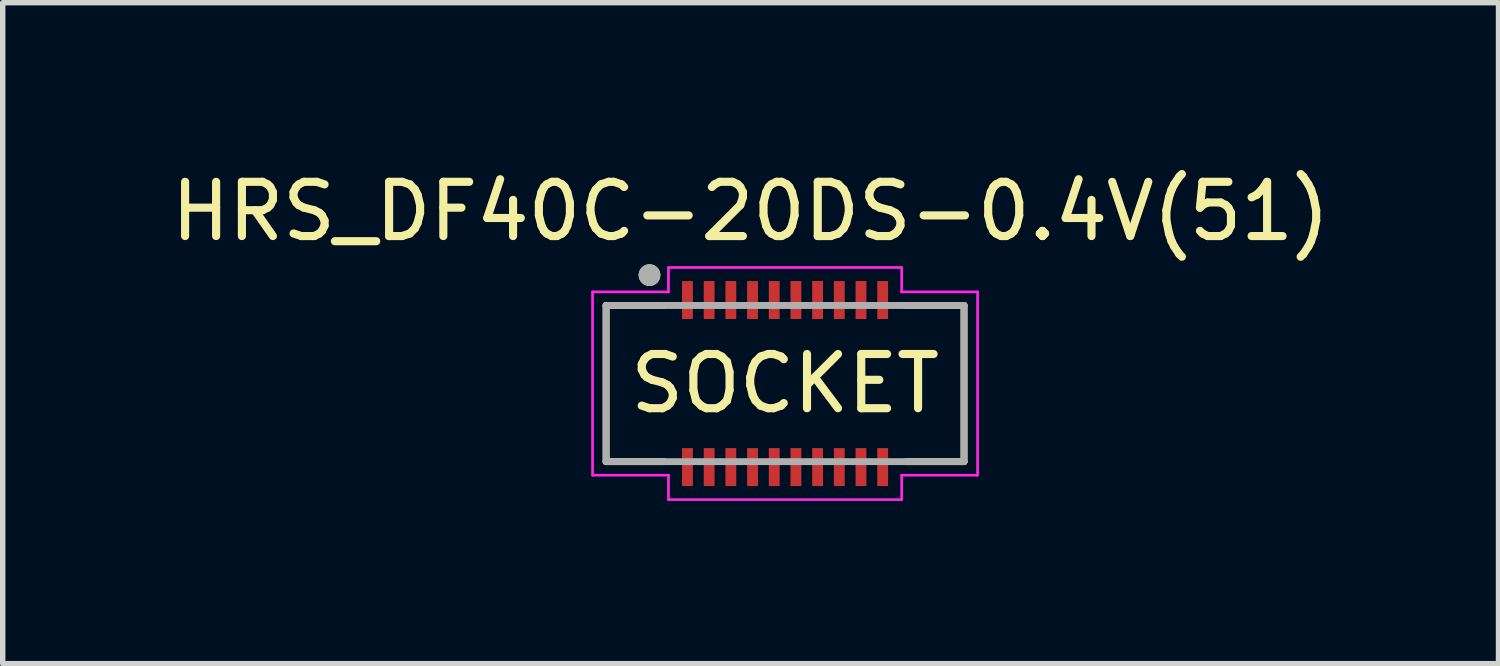
<source format=kicad_pcb>
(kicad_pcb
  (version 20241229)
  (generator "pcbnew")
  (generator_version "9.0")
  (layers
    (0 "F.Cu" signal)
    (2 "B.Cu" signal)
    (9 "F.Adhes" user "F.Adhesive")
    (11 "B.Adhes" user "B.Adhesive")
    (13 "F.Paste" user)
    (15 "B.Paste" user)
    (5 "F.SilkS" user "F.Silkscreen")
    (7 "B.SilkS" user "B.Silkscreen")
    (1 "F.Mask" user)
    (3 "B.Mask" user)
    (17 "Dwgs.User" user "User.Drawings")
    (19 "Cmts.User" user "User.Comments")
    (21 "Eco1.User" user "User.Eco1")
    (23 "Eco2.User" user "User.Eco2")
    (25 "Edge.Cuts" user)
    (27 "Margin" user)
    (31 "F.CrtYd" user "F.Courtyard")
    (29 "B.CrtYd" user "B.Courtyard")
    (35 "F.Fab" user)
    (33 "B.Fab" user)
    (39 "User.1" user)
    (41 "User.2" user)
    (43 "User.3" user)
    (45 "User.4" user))
  (footprint "HRS_DF40C-20DS-0.4V(51)"
    (layer "F.Cu")
    (at 11.427 4.023)
    (property "Reference" "HRS_DF40C-20DS-0.4V(51)" (at -0.635 -3.175 0) (layer "F.SilkS") (effects (font (size 1 1) (thickness 0.15))))
    (attr smd)
    (fp_line (start -3.3 -1.44) (end -3.3 1.44) (stroke (width 0.127) (type solid)) (layer "F.SilkS"))
    (fp_line (start -3.3 1.44) (end -2.23 1.44) (stroke (width 0.127) (type solid)) (layer "F.SilkS"))
    (fp_line (start -2.23 -1.44) (end -3.3 -1.44) (stroke (width 0.127) (type solid)) (layer "F.SilkS"))
    (fp_line (start 2.23 -1.44) (end 3.3 -1.44) (stroke (width 0.127) (type solid)) (layer "F.SilkS"))
    (fp_line (start 3.3 -1.44) (end 3.3 1.44) (stroke (width 0.127) (type solid)) (layer "F.SilkS"))
    (fp_line (start 3.3 1.44) (end 2.23 1.44) (stroke (width 0.127) (type solid)) (layer "F.SilkS"))
    (fp_circle (center -2.5 -2) (end -2.4 -2) (stroke (width 0.2) (type solid)) (fill no) (layer "F.SilkS"))
    (fp_poly (pts (xy -1.88 -1.82) (xy -1.72 -1.82) (xy -1.72 -1.26) (xy -1.88 -1.26)) (stroke (width 0.01) (type solid)) (fill yes) (layer "F.Paste"))
    (fp_poly (pts (xy -1.88 1.26) (xy -1.72 1.26) (xy -1.72 1.82) (xy -1.88 1.82)) (stroke (width 0.01) (type solid)) (fill yes) (layer "F.Paste"))
    (fp_poly (pts (xy -1.48 -1.82) (xy -1.32 -1.82) (xy -1.32 -1.26) (xy -1.48 -1.26)) (stroke (width 0.01) (type solid)) (fill yes) (layer "F.Paste"))
    (fp_poly (pts (xy -1.48 1.26) (xy -1.32 1.26) (xy -1.32 1.82) (xy -1.48 1.82)) (stroke (width 0.01) (type solid)) (fill yes) (layer "F.Paste"))
    (fp_poly (pts (xy -1.08 -1.82) (xy -0.92 -1.82) (xy -0.92 -1.26) (xy -1.08 -1.26)) (stroke (width 0.01) (type solid)) (fill yes) (layer "F.Paste"))
    (fp_poly (pts (xy -1.08 1.26) (xy -0.92 1.26) (xy -0.92 1.82) (xy -1.08 1.82)) (stroke (width 0.01) (type solid)) (fill yes) (layer "F.Paste"))
    (fp_poly (pts (xy -0.68 -1.82) (xy -0.52 -1.82) (xy -0.52 -1.26) (xy -0.68 -1.26)) (stroke (width 0.01) (type solid)) (fill yes) (layer "F.Paste"))
    (fp_poly (pts (xy -0.68 1.26) (xy -0.52 1.26) (xy -0.52 1.82) (xy -0.68 1.82)) (stroke (width 0.01) (type solid)) (fill yes) (layer "F.Paste"))
    (fp_poly (pts (xy -0.28 -1.82) (xy -0.12 -1.82) (xy -0.12 -1.26) (xy -0.28 -1.26)) (stroke (width 0.01) (type solid)) (fill yes) (layer "F.Paste"))
    (fp_poly (pts (xy -0.28 1.26) (xy -0.12 1.26) (xy -0.12 1.82) (xy -0.28 1.82)) (stroke (width 0.01) (type solid)) (fill yes) (layer "F.Paste"))
    (fp_poly (pts (xy 0.12 -1.82) (xy 0.28 -1.82) (xy 0.28 -1.26) (xy 0.12 -1.26)) (stroke (width 0.01) (type solid)) (fill yes) (layer "F.Paste"))
    (fp_poly (pts (xy 0.12 1.26) (xy 0.28 1.26) (xy 0.28 1.82) (xy 0.12 1.82)) (stroke (width 0.01) (type solid)) (fill yes) (layer "F.Paste"))
    (fp_poly (pts (xy 0.52 -1.82) (xy 0.68 -1.82) (xy 0.68 -1.26) (xy 0.52 -1.26)) (stroke (width 0.01) (type solid)) (fill yes) (layer "F.Paste"))
    (fp_poly (pts (xy 0.52 1.26) (xy 0.68 1.26) (xy 0.68 1.82) (xy 0.52 1.82)) (stroke (width 0.01) (type solid)) (fill yes) (layer "F.Paste"))
    (fp_poly (pts (xy 0.92 -1.82) (xy 1.08 -1.82) (xy 1.08 -1.26) (xy 0.92 -1.26)) (stroke (width 0.01) (type solid)) (fill yes) (layer "F.Paste"))
    (fp_poly (pts (xy 0.92 1.26) (xy 1.08 1.26) (xy 1.08 1.82) (xy 0.92 1.82)) (stroke (width 0.01) (type solid)) (fill yes) (layer "F.Paste"))
    (fp_poly (pts (xy 1.32 -1.82) (xy 1.48 -1.82) (xy 1.48 -1.26) (xy 1.32 -1.26)) (stroke (width 0.01) (type solid)) (fill yes) (layer "F.Paste"))
    (fp_poly (pts (xy 1.32 1.26) (xy 1.48 1.26) (xy 1.48 1.82) (xy 1.32 1.82)) (stroke (width 0.01) (type solid)) (fill yes) (layer "F.Paste"))
    (fp_poly (pts (xy 1.72 -1.82) (xy 1.88 -1.82) (xy 1.88 -1.26) (xy 1.72 -1.26)) (stroke (width 0.01) (type solid)) (fill yes) (layer "F.Paste"))
    (fp_poly (pts (xy 1.72 1.26) (xy 1.88 1.26) (xy 1.88 1.82) (xy 1.72 1.82)) (stroke (width 0.01) (type solid)) (fill yes) (layer "F.Paste"))
    (fp_line (start -3.55 -1.69) (end -2.15 -1.69) (stroke (width 0.05) (type solid)) (layer "F.CrtYd"))
    (fp_line (start -3.55 1.69) (end -3.55 -1.69) (stroke (width 0.05) (type solid)) (layer "F.CrtYd"))
    (fp_line (start -2.15 -2.14) (end 2.15 -2.14) (stroke (width 0.05) (type solid)) (layer "F.CrtYd"))
    (fp_line (start -2.15 -1.69) (end -2.15 -2.14) (stroke (width 0.05) (type solid)) (layer "F.CrtYd"))
    (fp_line (start -2.15 1.69) (end -3.55 1.69) (stroke (width 0.05) (type solid)) (layer "F.CrtYd"))
    (fp_line (start -2.15 2.14) (end -2.15 1.69) (stroke (width 0.05) (type solid)) (layer "F.CrtYd"))
    (fp_line (start 2.15 -2.14) (end 2.15 -1.69) (stroke (width 0.05) (type solid)) (layer "F.CrtYd"))
    (fp_line (start 2.15 -1.69) (end 3.55 -1.69) (stroke (width 0.05) (type solid)) (layer "F.CrtYd"))
    (fp_line (start 2.15 1.69) (end 2.15 2.14) (stroke (width 0.05) (type solid)) (layer "F.CrtYd"))
    (fp_line (start 2.15 2.14) (end -2.15 2.14) (stroke (width 0.05) (type solid)) (layer "F.CrtYd"))
    (fp_line (start 3.55 -1.69) (end 3.55 1.69) (stroke (width 0.05) (type solid)) (layer "F.CrtYd"))
    (fp_line (start 3.55 1.69) (end 2.15 1.69) (stroke (width 0.05) (type solid)) (layer "F.CrtYd"))
    (fp_line (start -3.3 -1.44) (end 3.3 -1.44) (stroke (width 0.127) (type solid)) (layer "F.Fab"))
    (fp_line (start -3.3 1.44) (end -3.3 -1.44) (stroke (width 0.127) (type solid)) (layer "F.Fab"))
    (fp_line (start 3.3 -1.44) (end 3.3 1.44) (stroke (width 0.127) (type solid)) (layer "F.Fab"))
    (fp_line (start 3.3 1.44) (end -3.3 1.44) (stroke (width 0.127) (type solid)) (layer "F.Fab"))
    (fp_circle (center -2.5 -2) (end -2.4 -2) (stroke (width 0.2) (type solid)) (fill no) (layer "F.Fab"))
    (fp_text user "SOCKET" (at 0 0 0) (unlocked yes) (layer "F.SilkS") (effects (font (size 1 1) (thickness 0.15))))
    (pad "1" smd rect (at -1.8 -1.54) (size 0.2 0.7) (layers "F.Cu" "F.Mask"))
    (pad "2" smd rect (at -1.8 1.54) (size 0.2 0.7) (layers "F.Cu" "F.Mask"))
    (pad "3" smd rect (at -1.4 -1.54) (size 0.2 0.7) (layers "F.Cu" "F.Mask"))
    (pad "4" smd rect (at -1.4 1.54) (size 0.2 0.7) (layers "F.Cu" "F.Mask"))
    (pad "5" smd rect (at -1 -1.54) (size 0.2 0.7) (layers "F.Cu" "F.Mask"))
    (pad "6" smd rect (at -1 1.54) (size 0.2 0.7) (layers "F.Cu" "F.Mask"))
    (pad "7" smd rect (at -0.6 -1.54) (size 0.2 0.7) (layers "F.Cu" "F.Mask"))
    (pad "8" smd rect (at -0.6 1.54) (size 0.2 0.7) (layers "F.Cu" "F.Mask"))
    (pad "9" smd rect (at -0.2 -1.54) (size 0.2 0.7) (layers "F.Cu" "F.Mask"))
    (pad "10" smd rect (at -0.2 1.54) (size 0.2 0.7) (layers "F.Cu" "F.Mask"))
    (pad "11" smd rect (at 0.2 -1.54) (size 0.2 0.7) (layers "F.Cu" "F.Mask"))
    (pad "12" smd rect (at 0.2 1.54) (size 0.2 0.7) (layers "F.Cu" "F.Mask"))
    (pad "13" smd rect (at 0.6 -1.54) (size 0.2 0.7) (layers "F.Cu" "F.Mask"))
    (pad "14" smd rect (at 0.6 1.54) (size 0.2 0.7) (layers "F.Cu" "F.Mask"))
    (pad "15" smd rect (at 1 -1.54) (size 0.2 0.7) (layers "F.Cu" "F.Mask"))
    (pad "16" smd rect (at 1 1.54) (size 0.2 0.7) (layers "F.Cu" "F.Mask"))
    (pad "17" smd rect (at 1.4 -1.54) (size 0.2 0.7) (layers "F.Cu" "F.Mask"))
    (pad "18" smd rect (at 1.4 1.54) (size 0.2 0.7) (layers "F.Cu" "F.Mask"))
    (pad "19" smd rect (at 1.8 -1.54) (size 0.2 0.7) (layers "F.Cu" "F.Mask"))
    (pad "20" smd rect (at 1.8 1.54) (size 0.2 0.7) (layers "F.Cu" "F.Mask"))
    (zone (net_name "") (layer "F.Cu") (hatch full 0.508) (connect_pads) (min_thickness 0.01) (filled_areas_thickness no) (keepout (tracks not_allowed) (vias not_allowed) (pads not_allowed) (copperpour not_allowed) (footprints allowed)) (placement (enabled no)) (fill) (polygon (pts (xy 9.527 2.833) (xy 9.727 2.833) (xy 9.727 3.273) (xy 9.527 3.273))))
    (zone (net_name "") (layer "F.Cu") (hatch full 0.508) (connect_pads) (min_thickness 0.01) (filled_areas_thickness no) (keepout (tracks not_allowed) (vias not_allowed) (pads not_allowed) (copperpour not_allowed) (footprints allowed)) (placement (enabled no)) (fill) (polygon (pts (xy 9.527 4.773) (xy 9.727 4.773) (xy 9.727 5.213) (xy 9.527 5.213))))
    (zone (net_name "") (layer "F.Cu") (hatch full 0.508) (connect_pads) (min_thickness 0.01) (filled_areas_thickness no) (keepout (tracks not_allowed) (vias not_allowed) (pads not_allowed) (copperpour not_allowed) (footprints allowed)) (placement (enabled no)) (fill) (polygon (pts (xy 9.927 2.833) (xy 10.127 2.833) (xy 10.127 3.273) (xy 9.927 3.273))))
    (zone (net_name "") (layer "F.Cu") (hatch full 0.508) (connect_pads) (min_thickness 0.01) (filled_areas_thickness no) (keepout (tracks not_allowed) (vias not_allowed) (pads not_allowed) (copperpour not_allowed) (footprints allowed)) (placement (enabled no)) (fill) (polygon (pts (xy 9.927 4.773) (xy 10.127 4.773) (xy 10.127 5.213) (xy 9.927 5.213))))
    (zone (net_name "") (layer "F.Cu") (hatch full 0.508) (connect_pads) (min_thickness 0.01) (filled_areas_thickness no) (keepout (tracks not_allowed) (vias not_allowed) (pads not_allowed) (copperpour not_allowed) (footprints allowed)) (placement (enabled no)) (fill) (polygon (pts (xy 10.327 2.833) (xy 10.527 2.833) (xy 10.527 3.273) (xy 10.327 3.273))))
    (zone (net_name "") (layer "F.Cu") (hatch full 0.508) (connect_pads) (min_thickness 0.01) (filled_areas_thickness no) (keepout (tracks not_allowed) (vias not_allowed) (pads not_allowed) (copperpour not_allowed) (footprints allowed)) (placement (enabled no)) (fill) (polygon (pts (xy 10.327 4.773) (xy 10.527 4.773) (xy 10.527 5.213) (xy 10.327 5.213))))
    (zone (net_name "") (layer "F.Cu") (hatch full 0.508) (connect_pads) (min_thickness 0.01) (filled_areas_thickness no) (keepout (tracks not_allowed) (vias not_allowed) (pads not_allowed) (copperpour not_allowed) (footprints allowed)) (placement (enabled no)) (fill) (polygon (pts (xy 10.727 2.833) (xy 10.927 2.833) (xy 10.927 3.273) (xy 10.727 3.273))))
    (zone (net_name "") (layer "F.Cu") (hatch full 0.508) (connect_pads) (min_thickness 0.01) (filled_areas_thickness no) (keepout (tracks not_allowed) (vias not_allowed) (pads not_allowed) (copperpour not_allowed) (footprints allowed)) (placement (enabled no)) (fill) (polygon (pts (xy 10.727 4.773) (xy 10.927 4.773) (xy 10.927 5.213) (xy 10.727 5.213))))
    (zone (net_name "") (layer "F.Cu") (hatch full 0.508) (connect_pads) (min_thickness 0.01) (filled_areas_thickness no) (keepout (tracks not_allowed) (vias not_allowed) (pads not_allowed) (copperpour not_allowed) (footprints allowed)) (placement (enabled no)) (fill) (polygon (pts (xy 11.127 2.833) (xy 11.327 2.833) (xy 11.327 3.273) (xy 11.127 3.273))))
    (zone (net_name "") (layer "F.Cu") (hatch full 0.508) (connect_pads) (min_thickness 0.01) (filled_areas_thickness no) (keepout (tracks not_allowed) (vias not_allowed) (pads not_allowed) (copperpour not_allowed) (footprints allowed)) (placement (enabled no)) (fill) (polygon (pts (xy 11.127 4.773) (xy 11.327 4.773) (xy 11.327 5.213) (xy 11.127 5.213))))
    (zone (net_name "") (layer "F.Cu") (hatch full 0.508) (connect_pads) (min_thickness 0.01) (filled_areas_thickness no) (keepout (tracks not_allowed) (vias not_allowed) (pads not_allowed) (copperpour not_allowed) (footprints allowed)) (placement (enabled no)) (fill) (polygon (pts (xy 11.527 2.833) (xy 11.727 2.833) (xy 11.727 3.273) (xy 11.527 3.273))))
    (zone (net_name "") (layer "F.Cu") (hatch full 0.508) (connect_pads) (min_thickness 0.01) (filled_areas_thickness no) (keepout (tracks not_allowed) (vias not_allowed) (pads not_allowed) (copperpour not_allowed) (footprints allowed)) (placement (enabled no)) (fill) (polygon (pts (xy 11.527 4.773) (xy 11.727 4.773) (xy 11.727 5.213) (xy 11.527 5.213))))
    (zone (net_name "") (layer "F.Cu") (hatch full 0.508) (connect_pads) (min_thickness 0.01) (filled_areas_thickness no) (keepout (tracks not_allowed) (vias not_allowed) (pads not_allowed) (copperpour not_allowed) (footprints allowed)) (placement (enabled no)) (fill) (polygon (pts (xy 11.927 2.833) (xy 12.127 2.833) (xy 12.127 3.273) (xy 11.927 3.273))))
    (zone (net_name "") (layer "F.Cu") (hatch full 0.508) (connect_pads) (min_thickness 0.01) (filled_areas_thickness no) (keepout (tracks not_allowed) (vias not_allowed) (pads not_allowed) (copperpour not_allowed) (footprints allowed)) (placement (enabled no)) (fill) (polygon (pts (xy 11.927 4.773) (xy 12.127 4.773) (xy 12.127 5.213) (xy 11.927 5.213))))
    (zone (net_name "") (layer "F.Cu") (hatch full 0.508) (connect_pads) (min_thickness 0.01) (filled_areas_thickness no) (keepout (tracks not_allowed) (vias not_allowed) (pads not_allowed) (copperpour not_allowed) (footprints allowed)) (placement (enabled no)) (fill) (polygon (pts (xy 12.327 2.833) (xy 12.527 2.833) (xy 12.527 3.273) (xy 12.327 3.273))))
    (zone (net_name "") (layer "F.Cu") (hatch full 0.508) (connect_pads) (min_thickness 0.01) (filled_areas_thickness no) (keepout (tracks not_allowed) (vias not_allowed) (pads not_allowed) (copperpour not_allowed) (footprints allowed)) (placement (enabled no)) (fill) (polygon (pts (xy 12.327 4.773) (xy 12.527 4.773) (xy 12.527 5.213) (xy 12.327 5.213))))
    (zone (net_name "") (layer "F.Cu") (hatch full 0.508) (connect_pads) (min_thickness 0.01) (filled_areas_thickness no) (keepout (tracks not_allowed) (vias not_allowed) (pads not_allowed) (copperpour not_allowed) (footprints allowed)) (placement (enabled no)) (fill) (polygon (pts (xy 12.727 2.833) (xy 12.927 2.833) (xy 12.927 3.273) (xy 12.727 3.273))))
    (zone (net_name "") (layer "F.Cu") (hatch full 0.508) (connect_pads) (min_thickness 0.01) (filled_areas_thickness no) (keepout (tracks not_allowed) (vias not_allowed) (pads not_allowed) (copperpour not_allowed) (footprints allowed)) (placement (enabled no)) (fill) (polygon (pts (xy 12.727 4.773) (xy 12.927 4.773) (xy 12.927 5.213) (xy 12.727 5.213))))
    (zone (net_name "") (layer "F.Cu") (hatch full 0.508) (connect_pads) (min_thickness 0.01) (filled_areas_thickness no) (keepout (tracks not_allowed) (vias not_allowed) (pads not_allowed) (copperpour not_allowed) (footprints allowed)) (placement (enabled no)) (fill) (polygon (pts (xy 13.127 2.833) (xy 13.327 2.833) (xy 13.327 3.273) (xy 13.127 3.273))))
    (zone (net_name "") (layer "F.Cu") (hatch full 0.508) (connect_pads) (min_thickness 0.01) (filled_areas_thickness no) (keepout (tracks not_allowed) (vias not_allowed) (pads not_allowed) (copperpour not_allowed) (footprints allowed)) (placement (enabled no)) (fill) (polygon (pts (xy 13.127 4.773) (xy 13.327 4.773) (xy 13.327 5.213) (xy 13.127 5.213))))
    (zone (net_name "") (layers "F.Cu" "B.Cu") (hatch full 0.508) (connect_pads) (min_thickness 0.01) (filled_areas_thickness no) (keepout (tracks allowed) (vias not_allowed) (pads allowed) (copperpour allowed) (footprints allowed)) (placement (enabled no)) (fill) (polygon (pts (xy 9.527 2.833) (xy 9.727 2.833) (xy 9.727 3.273) (xy 9.527 3.273))))
    (zone (net_name "") (layers "F.Cu" "B.Cu") (hatch full 0.508) (connect_pads) (min_thickness 0.01) (filled_areas_thickness no) (keepout (tracks allowed) (vias not_allowed) (pads allowed) (copperpour allowed) (footprints allowed)) (placement (enabled no)) (fill) (polygon (pts (xy 9.527 4.773) (xy 9.727 4.773) (xy 9.727 5.213) (xy 9.527 5.213))))
    (zone (net_name "") (layers "F.Cu" "B.Cu") (hatch full 0.508) (connect_pads) (min_thickness 0.01) (filled_areas_thickness no) (keepout (tracks allowed) (vias not_allowed) (pads allowed) (copperpour allowed) (footprints allowed)) (placement (enabled no)) (fill) (polygon (pts (xy 9.927 2.833) (xy 10.127 2.833) (xy 10.127 3.273) (xy 9.927 3.273))))
    (zone (net_name "") (layers "F.Cu" "B.Cu") (hatch full 0.508) (connect_pads) (min_thickness 0.01) (filled_areas_thickness no) (keepout (tracks allowed) (vias not_allowed) (pads allowed) (copperpour allowed) (footprints allowed)) (placement (enabled no)) (fill) (polygon (pts (xy 9.927 4.773) (xy 10.127 4.773) (xy 10.127 5.213) (xy 9.927 5.213))))
    (zone (net_name "") (layers "F.Cu" "B.Cu") (hatch full 0.508) (connect_pads) (min_thickness 0.01) (filled_areas_thickness no) (keepout (tracks allowed) (vias not_allowed) (pads allowed) (copperpour allowed) (footprints allowed)) (placement (enabled no)) (fill) (polygon (pts (xy 10.327 2.833) (xy 10.527 2.833) (xy 10.527 3.273) (xy 10.327 3.273))))
    (zone (net_name "") (layers "F.Cu" "B.Cu") (hatch full 0.508) (connect_pads) (min_thickness 0.01) (filled_areas_thickness no) (keepout (tracks allowed) (vias not_allowed) (pads allowed) (copperpour allowed) (footprints allowed)) (placement (enabled no)) (fill) (polygon (pts (xy 10.327 4.773) (xy 10.527 4.773) (xy 10.527 5.213) (xy 10.327 5.213))))
    (zone (net_name "") (layers "F.Cu" "B.Cu") (hatch full 0.508) (connect_pads) (min_thickness 0.01) (filled_areas_thickness no) (keepout (tracks allowed) (vias not_allowed) (pads allowed) (copperpour allowed) (footprints allowed)) (placement (enabled no)) (fill) (polygon (pts (xy 10.727 2.833) (xy 10.927 2.833) (xy 10.927 3.273) (xy 10.727 3.273))))
    (zone (net_name "") (layers "F.Cu" "B.Cu") (hatch full 0.508) (connect_pads) (min_thickness 0.01) (filled_areas_thickness no) (keepout (tracks allowed) (vias not_allowed) (pads allowed) (copperpour allowed) (footprints allowed)) (placement (enabled no)) (fill) (polygon (pts (xy 10.727 4.773) (xy 10.927 4.773) (xy 10.927 5.213) (xy 10.727 5.213))))
    (zone (net_name "") (layers "F.Cu" "B.Cu") (hatch full 0.508) (connect_pads) (min_thickness 0.01) (filled_areas_thickness no) (keepout (tracks allowed) (vias not_allowed) (pads allowed) (copperpour allowed) (footprints allowed)) (placement (enabled no)) (fill) (polygon (pts (xy 11.127 2.833) (xy 11.327 2.833) (xy 11.327 3.273) (xy 11.127 3.273))))
    (zone (net_name "") (layers "F.Cu" "B.Cu") (hatch full 0.508) (connect_pads) (min_thickness 0.01) (filled_areas_thickness no) (keepout (tracks allowed) (vias not_allowed) (pads allowed) (copperpour allowed) (footprints allowed)) (placement (enabled no)) (fill) (polygon (pts (xy 11.127 4.773) (xy 11.327 4.773) (xy 11.327 5.213) (xy 11.127 5.213))))
    (zone (net_name "") (layers "F.Cu" "B.Cu") (hatch full 0.508) (connect_pads) (min_thickness 0.01) (filled_areas_thickness no) (keepout (tracks allowed) (vias not_allowed) (pads allowed) (copperpour allowed) (footprints allowed)) (placement (enabled no)) (fill) (polygon (pts (xy 11.527 2.833) (xy 11.727 2.833) (xy 11.727 3.273) (xy 11.527 3.273))))
    (zone (net_name "") (layers "F.Cu" "B.Cu") (hatch full 0.508) (connect_pads) (min_thickness 0.01) (filled_areas_thickness no) (keepout (tracks allowed) (vias not_allowed) (pads allowed) (copperpour allowed) (footprints allowed)) (placement (enabled no)) (fill) (polygon (pts (xy 11.527 4.773) (xy 11.727 4.773) (xy 11.727 5.213) (xy 11.527 5.213))))
    (zone (net_name "") (layers "F.Cu" "B.Cu") (hatch full 0.508) (connect_pads) (min_thickness 0.01) (filled_areas_thickness no) (keepout (tracks allowed) (vias not_allowed) (pads allowed) (copperpour allowed) (footprints allowed)) (placement (enabled no)) (fill) (polygon (pts (xy 11.927 2.833) (xy 12.127 2.833) (xy 12.127 3.273) (xy 11.927 3.273))))
    (zone (net_name "") (layers "F.Cu" "B.Cu") (hatch full 0.508) (connect_pads) (min_thickness 0.01) (filled_areas_thickness no) (keepout (tracks allowed) (vias not_allowed) (pads allowed) (copperpour allowed) (footprints allowed)) (placement (enabled no)) (fill) (polygon (pts (xy 11.927 4.773) (xy 12.127 4.773) (xy 12.127 5.213) (xy 11.927 5.213))))
    (zone (net_name "") (layers "F.Cu" "B.Cu") (hatch full 0.508) (connect_pads) (min_thickness 0.01) (filled_areas_thickness no) (keepout (tracks allowed) (vias not_allowed) (pads allowed) (copperpour allowed) (footprints allowed)) (placement (enabled no)) (fill) (polygon (pts (xy 12.327 2.833) (xy 12.527 2.833) (xy 12.527 3.273) (xy 12.327 3.273))))
    (zone (net_name "") (layers "F.Cu" "B.Cu") (hatch full 0.508) (connect_pads) (min_thickness 0.01) (filled_areas_thickness no) (keepout (tracks allowed) (vias not_allowed) (pads allowed) (copperpour allowed) (footprints allowed)) (placement (enabled no)) (fill) (polygon (pts (xy 12.327 4.773) (xy 12.527 4.773) (xy 12.527 5.213) (xy 12.327 5.213))))
    (zone (net_name "") (layers "F.Cu" "B.Cu") (hatch full 0.508) (connect_pads) (min_thickness 0.01) (filled_areas_thickness no) (keepout (tracks allowed) (vias not_allowed) (pads allowed) (copperpour allowed) (footprints allowed)) (placement (enabled no)) (fill) (polygon (pts (xy 12.727 2.833) (xy 12.927 2.833) (xy 12.927 3.273) (xy 12.727 3.273))))
    (zone (net_name "") (layers "F.Cu" "B.Cu") (hatch full 0.508) (connect_pads) (min_thickness 0.01) (filled_areas_thickness no) (keepout (tracks allowed) (vias not_allowed) (pads allowed) (copperpour allowed) (footprints allowed)) (placement (enabled no)) (fill) (polygon (pts (xy 12.727 4.773) (xy 12.927 4.773) (xy 12.927 5.213) (xy 12.727 5.213))))
    (zone (net_name "") (layers "F.Cu" "B.Cu") (hatch full 0.508) (connect_pads) (min_thickness 0.01) (filled_areas_thickness no) (keepout (tracks allowed) (vias not_allowed) (pads allowed) (copperpour allowed) (footprints allowed)) (placement (enabled no)) (fill) (polygon (pts (xy 13.127 2.833) (xy 13.327 2.833) (xy 13.327 3.273) (xy 13.127 3.273))))
    (zone (net_name "") (layers "F.Cu" "B.Cu") (hatch full 0.508) (connect_pads) (min_thickness 0.01) (filled_areas_thickness no) (keepout (tracks allowed) (vias not_allowed) (pads allowed) (copperpour allowed) (footprints allowed)) (placement (enabled no)) (fill) (polygon (pts (xy 13.127 4.773) (xy 13.327 4.773) (xy 13.327 5.213) (xy 13.127 5.213)))))
  (gr_rect
    (start -3 -3)
    (end 24.583 9.188)
    (stroke (width 0.1) (type default))
    (fill no)
    (layer "Edge.Cuts")))
</source>
